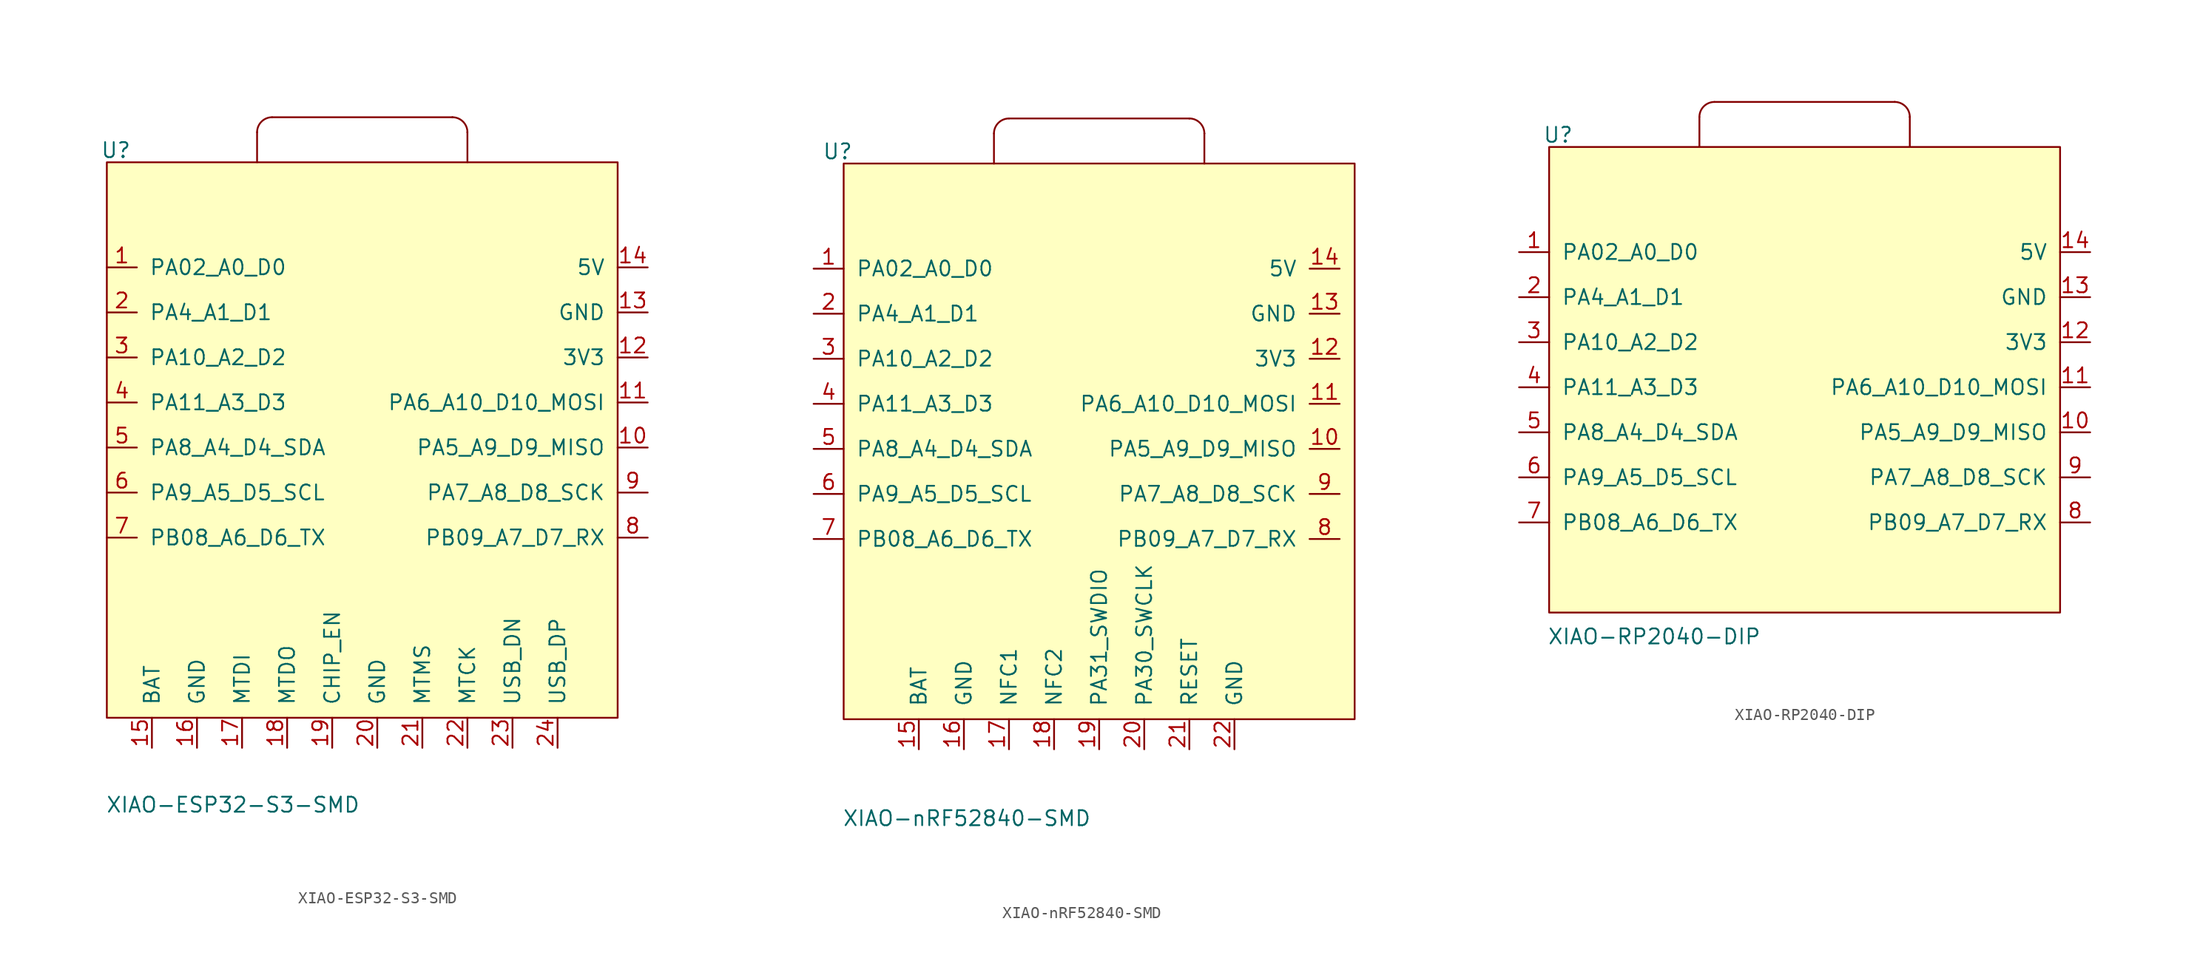
<source format=kicad_sym>
(kicad_symbol_lib
  (version 20231120)
  (generator "kicad_symbol_editor")
  (generator_version "8.0")
  (symbol "XIAO-ESP32-S3-SMD"
    (pin_names
      (offset 1.016))
    (property "Reference" "U"
      (at -20.828 21.336 0)
      (effects (font (size 1.27 1.27))))
    (property "Value" "XIAO-ESP32-S3-SMD"
      (at -10.922 -34.036 0)
      (effects (font (size 1.27 1.27))))
    (symbol "XIAO-ESP32-S3-SMD_1_1"
      (rectangle (start -21.59 20.32) (end 21.59 -26.67) (stroke (width 0) (type default)) (fill (type background)))
      (arc (start -7.62 24.13) (mid -8.518 23.758) (end -8.89 22.86) (stroke (width 0) (type default)) (fill (type none)))
      (polyline (pts (xy -8.89 22.86) (xy -8.89 20.32)) (stroke (width 0) (type default)) (fill (type none)))
      (polyline (pts (xy -7.62 24.13) (xy 7.62 24.13)) (stroke (width 0) (type default)) (fill (type none)))
      (polyline (pts (xy 8.89 22.86) (xy 8.89 20.32)) (stroke (width 0) (type default)) (fill (type none)))
      (arc (start 7.62 24.13) (mid 7.62 24.13) (end 7.62 24.13) (stroke (width 0) (type default)) (fill (type none)))
      (arc (start 8.89 22.86) (mid 8.518 23.758) (end 7.62 24.13) (stroke (width 0) (type default)) (fill (type none)))
      (arc (start 8.89 22.86) (mid 8.89 22.86) (end 8.89 22.86) (stroke (width 0) (type default)) (fill (type none)))
      (pin passive line (at -21.59 11.43 0) (length 2.54) (name "PA02_A0_D0" (effects (font (size 1.27 1.27)))) (number "1" (effects (font (size 1.27 1.27)))))
      (pin passive line (at 24.13 -3.81 180) (length 2.54) (name "PA5_A9_D9_MISO" (effects (font (size 1.27 1.27)))) (number "10" (effects (font (size 1.27 1.27)))))
      (pin passive line (at 24.13 0 180) (length 2.54) (name "PA6_A10_D10_MOSI" (effects (font (size 1.27 1.27)))) (number "11" (effects (font (size 1.27 1.27)))))
      (pin passive line (at 24.13 3.81 180) (length 2.54) (name "3V3" (effects (font (size 1.27 1.27)))) (number "12" (effects (font (size 1.27 1.27)))))
      (pin passive line (at 24.13 7.62 180) (length 2.54) (name "GND" (effects (font (size 1.27 1.27)))) (number "13" (effects (font (size 1.27 1.27)))))
      (pin passive line (at 24.13 11.43 180) (length 2.54) (name "5V" (effects (font (size 1.27 1.27)))) (number "14" (effects (font (size 1.27 1.27)))))
      (pin passive line (at -17.78 -29.21 90) (length 2.54) (name "BAT" (effects (font (size 1.27 1.27)))) (number "15" (effects (font (size 1.27 1.27)))))
      (pin passive line (at -13.97 -29.21 90) (length 2.54) (name "GND" (effects (font (size 1.27 1.27)))) (number "16" (effects (font (size 1.27 1.27)))))
      (pin passive line (at -10.16 -29.21 90) (length 2.54) (name "MTDI" (effects (font (size 1.27 1.27)))) (number "17" (effects (font (size 1.27 1.27)))))
      (pin passive line (at -6.35 -29.21 90) (length 2.54) (name "MTDO" (effects (font (size 1.27 1.27)))) (number "18" (effects (font (size 1.27 1.27)))))
      (pin passive line (at -2.54 -29.21 90) (length 2.54) (name "CHIP_EN" (effects (font (size 1.27 1.27)))) (number "19" (effects (font (size 1.27 1.27)))))
      (pin passive line (at -21.59 7.62 0) (length 2.54) (name "PA4_A1_D1" (effects (font (size 1.27 1.27)))) (number "2" (effects (font (size 1.27 1.27)))))
      (pin passive line (at 1.27 -29.21 90) (length 2.54) (name "GND" (effects (font (size 1.27 1.27)))) (number "20" (effects (font (size 1.27 1.27)))))
      (pin passive line (at 5.08 -29.21 90) (length 2.54) (name "MTMS" (effects (font (size 1.27 1.27)))) (number "21" (effects (font (size 1.27 1.27)))))
      (pin passive line (at 8.89 -29.21 90) (length 2.54) (name "MTCK" (effects (font (size 1.27 1.27)))) (number "22" (effects (font (size 1.27 1.27)))))
      (pin passive line (at 12.7 -29.21 90) (length 2.54) (name "USB_DN" (effects (font (size 1.27 1.27)))) (number "23" (effects (font (size 1.27 1.27)))))
      (pin passive line (at 16.51 -29.21 90) (length 2.54) (name "USB_DP" (effects (font (size 1.27 1.27)))) (number "24" (effects (font (size 1.27 1.27)))))
      (pin passive line (at -21.59 3.81 0) (length 2.54) (name "PA10_A2_D2" (effects (font (size 1.27 1.27)))) (number "3" (effects (font (size 1.27 1.27)))))
      (pin passive line (at -21.59 0 0) (length 2.54) (name "PA11_A3_D3" (effects (font (size 1.27 1.27)))) (number "4" (effects (font (size 1.27 1.27)))))
      (pin passive line (at -21.59 -3.81 0) (length 2.54) (name "PA8_A4_D4_SDA" (effects (font (size 1.27 1.27)))) (number "5" (effects (font (size 1.27 1.27)))))
      (pin passive line (at -21.59 -7.62 0) (length 2.54) (name "PA9_A5_D5_SCL" (effects (font (size 1.27 1.27)))) (number "6" (effects (font (size 1.27 1.27)))))
      (pin passive line (at -21.59 -11.43 0) (length 2.54) (name "PB08_A6_D6_TX" (effects (font (size 1.27 1.27)))) (number "7" (effects (font (size 1.27 1.27)))))
      (pin passive line (at 24.13 -11.43 180) (length 2.54) (name "PB09_A7_D7_RX" (effects (font (size 1.27 1.27)))) (number "8" (effects (font (size 1.27 1.27)))))
      (pin passive line (at 24.13 -7.62 180) (length 2.54) (name "PA7_A8_D8_SCK" (effects (font (size 1.27 1.27)))) (number "9" (effects (font (size 1.27 1.27)))))))
  (symbol "XIAO-nRF52840-SMD"
    (pin_names
      (offset 1.016))
    (property "Reference" "U"
      (at -22.098 21.336 0)
      (effects (font (size 1.27 1.27))))
    (property "Value" "XIAO-nRF52840-SMD"
      (at -11.176 -35.052 0)
      (effects (font (size 1.27 1.27))))
    (symbol "XIAO-nRF52840-SMD_1_1"
      (rectangle (start -21.59 20.32) (end 21.59 -26.67) (stroke (width 0) (type default)) (fill (type background)))
      (arc (start -7.62 24.13) (mid -8.518 23.758) (end -8.89 22.86) (stroke (width 0) (type default)) (fill (type none)))
      (polyline (pts (xy -8.89 22.86) (xy -8.89 20.32)) (stroke (width 0) (type default)) (fill (type none)))
      (polyline (pts (xy -7.62 24.13) (xy 7.62 24.13)) (stroke (width 0) (type default)) (fill (type none)))
      (polyline (pts (xy 8.89 22.86) (xy 8.89 20.32)) (stroke (width 0) (type default)) (fill (type none)))
      (arc (start 7.62 24.13) (mid 7.62 24.13) (end 7.62 24.13) (stroke (width 0) (type default)) (fill (type none)))
      (arc (start 8.89 22.86) (mid 8.518 23.758) (end 7.62 24.13) (stroke (width 0) (type default)) (fill (type none)))
      (arc (start 8.89 22.86) (mid 8.89 22.86) (end 8.89 22.86) (stroke (width 0) (type default)) (fill (type none)))
      (pin passive line (at -24.13 11.43 0) (length 2.54) (name "PA02_A0_D0" (effects (font (size 1.27 1.27)))) (number "1" (effects (font (size 1.27 1.27)))))
      (pin passive line (at 20.32 -3.81 180) (length 2.54) (name "PA5_A9_D9_MISO" (effects (font (size 1.27 1.27)))) (number "10" (effects (font (size 1.27 1.27)))))
      (pin passive line (at 20.32 0 180) (length 2.54) (name "PA6_A10_D10_MOSI" (effects (font (size 1.27 1.27)))) (number "11" (effects (font (size 1.27 1.27)))))
      (pin passive line (at 20.32 3.81 180) (length 2.54) (name "3V3" (effects (font (size 1.27 1.27)))) (number "12" (effects (font (size 1.27 1.27)))))
      (pin passive line (at 20.32 7.62 180) (length 2.54) (name "GND" (effects (font (size 1.27 1.27)))) (number "13" (effects (font (size 1.27 1.27)))))
      (pin passive line (at 20.32 11.43 180) (length 2.54) (name "5V" (effects (font (size 1.27 1.27)))) (number "14" (effects (font (size 1.27 1.27)))))
      (pin passive line (at -15.24 -29.21 90) (length 2.54) (name "BAT" (effects (font (size 1.27 1.27)))) (number "15" (effects (font (size 1.27 1.27)))))
      (pin passive line (at -11.43 -29.21 90) (length 2.54) (name "GND" (effects (font (size 1.27 1.27)))) (number "16" (effects (font (size 1.27 1.27)))))
      (pin passive line (at -7.62 -29.21 90) (length 2.54) (name "NFC1" (effects (font (size 1.27 1.27)))) (number "17" (effects (font (size 1.27 1.27)))))
      (pin passive line (at -3.81 -29.21 90) (length 2.54) (name "NFC2" (effects (font (size 1.27 1.27)))) (number "18" (effects (font (size 1.27 1.27)))))
      (pin passive line (at 0 -29.21 90) (length 2.54) (name "PA31_SWDIO" (effects (font (size 1.27 1.27)))) (number "19" (effects (font (size 1.27 1.27)))))
      (pin passive line (at -24.13 7.62 0) (length 2.54) (name "PA4_A1_D1" (effects (font (size 1.27 1.27)))) (number "2" (effects (font (size 1.27 1.27)))))
      (pin passive line (at 3.81 -29.21 90) (length 2.54) (name "PA30_SWCLK" (effects (font (size 1.27 1.27)))) (number "20" (effects (font (size 1.27 1.27)))))
      (pin passive line (at 7.62 -29.21 90) (length 2.54) (name "RESET" (effects (font (size 1.27 1.27)))) (number "21" (effects (font (size 1.27 1.27)))))
      (pin passive line (at 11.43 -29.21 90) (length 2.54) (name "GND" (effects (font (size 1.27 1.27)))) (number "22" (effects (font (size 1.27 1.27)))))
      (pin passive line (at -24.13 3.81 0) (length 2.54) (name "PA10_A2_D2" (effects (font (size 1.27 1.27)))) (number "3" (effects (font (size 1.27 1.27)))))
      (pin passive line (at -24.13 0 0) (length 2.54) (name "PA11_A3_D3" (effects (font (size 1.27 1.27)))) (number "4" (effects (font (size 1.27 1.27)))))
      (pin passive line (at -24.13 -3.81 0) (length 2.54) (name "PA8_A4_D4_SDA" (effects (font (size 1.27 1.27)))) (number "5" (effects (font (size 1.27 1.27)))))
      (pin passive line (at -24.13 -7.62 0) (length 2.54) (name "PA9_A5_D5_SCL" (effects (font (size 1.27 1.27)))) (number "6" (effects (font (size 1.27 1.27)))))
      (pin passive line (at -24.13 -11.43 0) (length 2.54) (name "PB08_A6_D6_TX" (effects (font (size 1.27 1.27)))) (number "7" (effects (font (size 1.27 1.27)))))
      (pin passive line (at 20.32 -11.43 180) (length 2.54) (name "PB09_A7_D7_RX" (effects (font (size 1.27 1.27)))) (number "8" (effects (font (size 1.27 1.27)))))
      (pin passive line (at 20.32 -7.62 180) (length 2.54) (name "PA7_A8_D8_SCK" (effects (font (size 1.27 1.27)))) (number "9" (effects (font (size 1.27 1.27)))))))
  (symbol "XIAO-RP2040-DIP"
    (pin_names
      (offset 1.016))
    (property "Reference" "U"
      (at -20.828 21.336 0)
      (effects (font (size 1.27 1.27))))
    (property "Value" "XIAO-RP2040-DIP"
      (at -12.7 -21.082 0)
      (effects (font (size 1.27 1.27))))
    (symbol "XIAO-RP2040-DIP_1_1"
      (rectangle (start -21.59 20.32) (end 21.59 -19.05) (stroke (width 0) (type default)) (fill (type background)))
      (arc (start -7.62 24.13) (mid -8.518 23.758) (end -8.89 22.86) (stroke (width 0) (type default)) (fill (type none)))
      (polyline (pts (xy -8.89 22.86) (xy -8.89 20.32)) (stroke (width 0) (type default)) (fill (type none)))
      (polyline (pts (xy -7.62 24.13) (xy 7.62 24.13)) (stroke (width 0) (type default)) (fill (type none)))
      (polyline (pts (xy 8.89 22.86) (xy 8.89 20.32)) (stroke (width 0) (type default)) (fill (type none)))
      (arc (start 7.62 24.13) (mid 7.62 24.13) (end 7.62 24.13) (stroke (width 0) (type default)) (fill (type none)))
      (arc (start 8.89 22.86) (mid 8.518 23.758) (end 7.62 24.13) (stroke (width 0) (type default)) (fill (type none)))
      (arc (start 8.89 22.86) (mid 8.89 22.86) (end 8.89 22.86) (stroke (width 0) (type default)) (fill (type none)))
      (pin passive line (at -24.13 11.43 0) (length 2.54) (name "PA02_A0_D0" (effects (font (size 1.27 1.27)))) (number "1" (effects (font (size 1.27 1.27)))))
      (pin passive line (at 24.13 -3.81 180) (length 2.54) (name "PA5_A9_D9_MISO" (effects (font (size 1.27 1.27)))) (number "10" (effects (font (size 1.27 1.27)))))
      (pin passive line (at 24.13 0 180) (length 2.54) (name "PA6_A10_D10_MOSI" (effects (font (size 1.27 1.27)))) (number "11" (effects (font (size 1.27 1.27)))))
      (pin passive line (at 24.13 3.81 180) (length 2.54) (name "3V3" (effects (font (size 1.27 1.27)))) (number "12" (effects (font (size 1.27 1.27)))))
      (pin passive line (at 24.13 7.62 180) (length 2.54) (name "GND" (effects (font (size 1.27 1.27)))) (number "13" (effects (font (size 1.27 1.27)))))
      (pin passive line (at 24.13 11.43 180) (length 2.54) (name "5V" (effects (font (size 1.27 1.27)))) (number "14" (effects (font (size 1.27 1.27)))))
      (pin passive line (at -24.13 7.62 0) (length 2.54) (name "PA4_A1_D1" (effects (font (size 1.27 1.27)))) (number "2" (effects (font (size 1.27 1.27)))))
      (pin passive line (at -24.13 3.81 0) (length 2.54) (name "PA10_A2_D2" (effects (font (size 1.27 1.27)))) (number "3" (effects (font (size 1.27 1.27)))))
      (pin passive line (at -24.13 0 0) (length 2.54) (name "PA11_A3_D3" (effects (font (size 1.27 1.27)))) (number "4" (effects (font (size 1.27 1.27)))))
      (pin passive line (at -24.13 -3.81 0) (length 2.54) (name "PA8_A4_D4_SDA" (effects (font (size 1.27 1.27)))) (number "5" (effects (font (size 1.27 1.27)))))
      (pin passive line (at -24.13 -7.62 0) (length 2.54) (name "PA9_A5_D5_SCL" (effects (font (size 1.27 1.27)))) (number "6" (effects (font (size 1.27 1.27)))))
      (pin passive line (at -24.13 -11.43 0) (length 2.54) (name "PB08_A6_D6_TX" (effects (font (size 1.27 1.27)))) (number "7" (effects (font (size 1.27 1.27)))))
      (pin passive line (at 24.13 -11.43 180) (length 2.54) (name "PB09_A7_D7_RX" (effects (font (size 1.27 1.27)))) (number "8" (effects (font (size 1.27 1.27)))))
      (pin passive line (at 24.13 -7.62 180) (length 2.54) (name "PA7_A8_D8_SCK" (effects (font (size 1.27 1.27)))) (number "9" (effects (font (size 1.27 1.27))))))))
</source>
